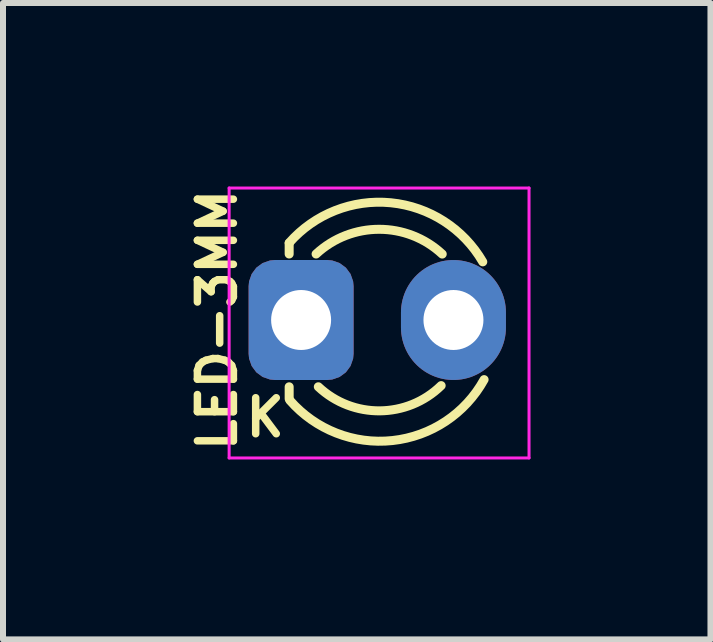
<source format=kicad_pcb>
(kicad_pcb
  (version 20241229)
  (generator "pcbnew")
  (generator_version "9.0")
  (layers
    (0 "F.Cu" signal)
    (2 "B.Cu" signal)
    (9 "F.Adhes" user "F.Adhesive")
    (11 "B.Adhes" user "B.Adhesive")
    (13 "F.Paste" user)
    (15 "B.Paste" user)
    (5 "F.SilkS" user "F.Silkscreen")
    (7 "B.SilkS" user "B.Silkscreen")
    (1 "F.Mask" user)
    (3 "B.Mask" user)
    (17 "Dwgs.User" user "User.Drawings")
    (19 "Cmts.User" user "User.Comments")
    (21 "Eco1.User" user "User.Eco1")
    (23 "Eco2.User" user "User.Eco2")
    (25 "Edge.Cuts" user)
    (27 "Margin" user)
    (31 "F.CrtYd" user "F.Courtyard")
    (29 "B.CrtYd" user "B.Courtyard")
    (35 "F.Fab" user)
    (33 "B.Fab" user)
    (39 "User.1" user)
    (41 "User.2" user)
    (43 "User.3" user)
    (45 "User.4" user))
  (footprint "LED-3MM"
    (layer "F.Cu")
    (at 1.97 2.285)
    (property "Reference" "LED-3MM" (at -1.4 0 270) (layer "F.SilkS") (effects (font (size 0.6 0.6) (thickness 0.125))))
    (attr through_hole)
    (fp_line (start -0.199 -1.28) (end -0.199 -1.1) (stroke (width 0.15) (type solid)) (layer "F.SilkS"))
    (fp_line (start -0.199 1.314) (end -0.199 1.114) (stroke (width 0.15) (type solid)) (layer "F.SilkS"))
    (fp_arc (start -0.199 -1.286) (mid 1.495903 -1.954571) (end 3.028744 -0.969643) (stroke (width 0.15) (type solid)) (layer "F.SilkS"))
    (fp_arc (start 0.25 -1.1) (mid 1.301686 -1.512142) (end 2.353005 -1.099067) (stroke (width 0.15) (type solid)) (layer "F.SilkS"))
    (fp_arc (start 2.335 1.094) (mid 1.31492 1.51473) (end 0.287111 1.113252) (stroke (width 0.15) (type solid)) (layer "F.SilkS"))
    (fp_arc (start 3.051 0.994) (mid 1.522637 2.009958) (end -0.18622 1.340726) (stroke (width 0.15) (type solid)) (layer "F.SilkS"))
    (fp_line (start -1.2 -2.2) (end -1.2 2.3) (stroke (width 0.05) (type solid)) (layer "F.CrtYd"))
    (fp_line (start -1.2 2.3) (end 3.8 2.3) (stroke (width 0.05) (type solid)) (layer "F.CrtYd"))
    (fp_line (start 3.8 -2.2) (end -1.2 -2.2) (stroke (width 0.05) (type solid)) (layer "F.CrtYd"))
    (fp_line (start 3.8 2.3) (end 3.8 -2.2) (stroke (width 0.05) (type solid)) (layer "F.CrtYd"))
    (fp_text user "K" (at -0.6 1.625 0) (layer "F.SilkS") (effects (font (size 0.6 0.6) (thickness 0.125))))
    (pad "1" thru_hole roundrect (at 0 0) (size 1.75 2) (drill 1) (layers "*.Cu" "*.Mask") (roundrect_rratio 0.25))
    (pad "2" thru_hole oval (at 2.54 0) (size 1.75 2) (drill 1) (layers "*.Cu" "*.Mask")))
  (gr_rect
    (start -3 -3)
    (end 8.795 7.61)
    (stroke (width 0.1) (type default))
    (fill no)
    (layer "Edge.Cuts")))
</source>
